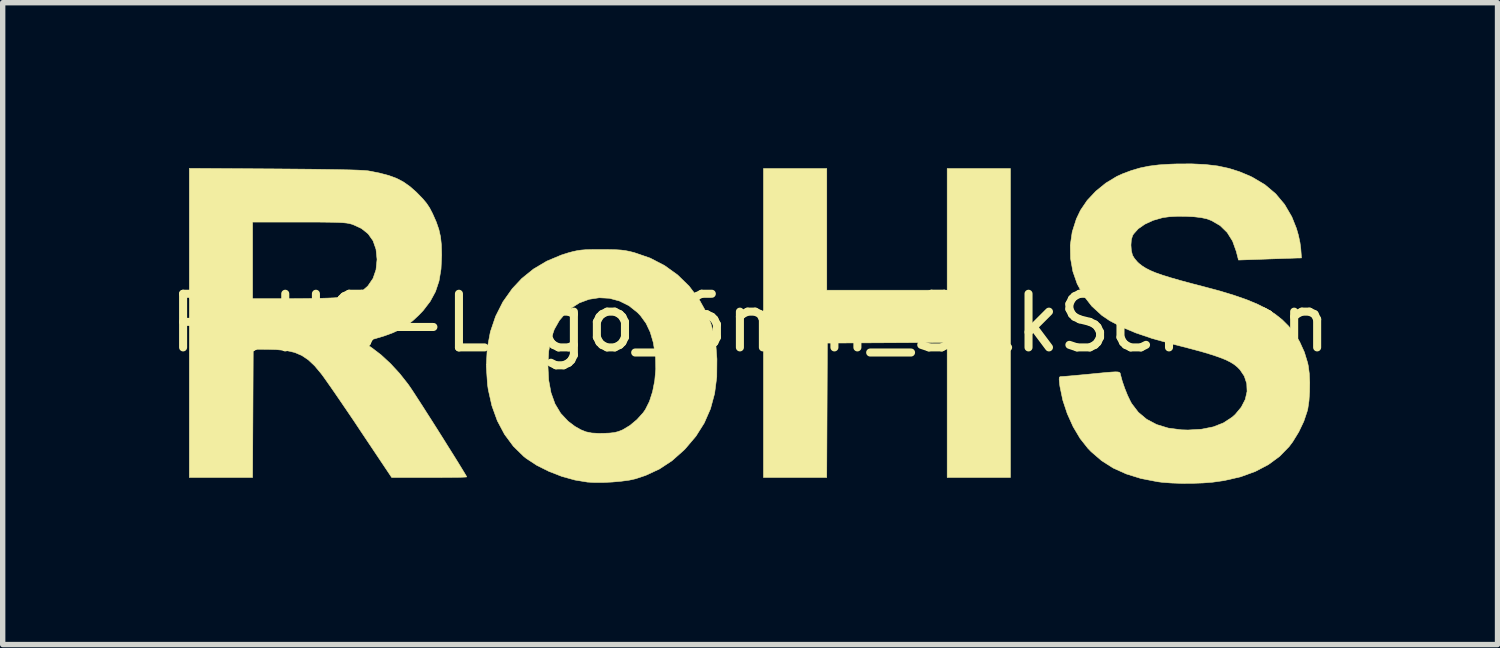
<source format=kicad_pcb>
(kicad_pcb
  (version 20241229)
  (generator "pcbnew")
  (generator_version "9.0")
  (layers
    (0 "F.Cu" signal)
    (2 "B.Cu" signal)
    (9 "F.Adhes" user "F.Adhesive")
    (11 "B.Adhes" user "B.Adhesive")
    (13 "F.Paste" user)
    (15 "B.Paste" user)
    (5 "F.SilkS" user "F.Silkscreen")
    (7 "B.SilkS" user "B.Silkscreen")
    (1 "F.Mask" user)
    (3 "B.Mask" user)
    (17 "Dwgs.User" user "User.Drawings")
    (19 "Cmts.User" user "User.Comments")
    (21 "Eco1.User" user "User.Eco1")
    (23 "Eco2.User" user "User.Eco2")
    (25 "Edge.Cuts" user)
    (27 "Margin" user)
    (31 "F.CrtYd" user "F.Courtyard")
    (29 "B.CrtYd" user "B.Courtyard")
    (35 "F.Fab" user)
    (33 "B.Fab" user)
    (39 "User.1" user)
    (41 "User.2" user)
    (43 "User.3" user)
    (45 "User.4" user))
  (footprint "RoHS-Logo_6mm_SilkScreen"
    (layer "F.Cu")
    (at 10.935 2.972)
    (property "Reference" "RoHS-Logo_6mm_SilkScreen" (at 0 0 0) (layer "F.SilkS") (effects (font (size 1 1) (thickness 0.15))))
    (attr exclude_from_pos_files exclude_from_bom)
    (fp_poly (pts (xy 1.429 -0.612) (xy 3.674 -0.612) (xy 3.674 -2.88) (xy 4.853 -2.88) (xy 4.853 2.88) (xy 3.674 2.88) (xy 3.674 0.362) (xy 2.557 0.368) (xy 1.44 0.374) (xy 1.434 1.627) (xy 1.428 2.88) (xy 0.249 2.88) (xy 0.249 -2.88) (xy 1.429 -2.88) (xy 1.429 -0.612)) (stroke (width 0.01) (type solid)) (fill yes) (layer "F.SilkS"))
    (fp_poly (pts (xy -2.767 -1.37) (xy -2.615 -1.369) (xy -2.499 -1.366) (xy -2.406 -1.36) (xy -2.327 -1.35) (xy -2.251 -1.335) (xy -2.167 -1.314) (xy -2.153 -1.31) (xy -1.863 -1.21) (xy -1.595 -1.071) (xy -1.353 -0.897) (xy -1.14 -0.69) (xy -0.958 -0.452) (xy -0.815 -0.195) (xy -0.732 0.009) (xy -0.673 0.218) (xy -0.636 0.446) (xy -0.619 0.671) (xy -0.622 1.005) (xy -0.662 1.314) (xy -0.739 1.599) (xy -0.855 1.864) (xy -1.01 2.11) (xy -1.205 2.34) (xy -1.235 2.371) (xy -1.456 2.567) (xy -1.691 2.722) (xy -1.947 2.841) (xy -2.136 2.904) (xy -2.254 2.93) (xy -2.404 2.95) (xy -2.571 2.965) (xy -2.743 2.973) (xy -2.905 2.973) (xy -3.032 2.966) (xy -3.269 2.927) (xy -3.513 2.859) (xy -3.752 2.766) (xy -3.975 2.655) (xy -4.169 2.528) (xy -4.22 2.488) (xy -4.414 2.298) (xy -4.579 2.075) (xy -4.713 1.823) (xy -4.814 1.544) (xy -4.882 1.243) (xy -4.896 1.145) (xy -4.919 0.802) (xy -4.918 0.794) (xy -3.77 0.794) (xy -3.756 1.064) (xy -3.712 1.301) (xy -3.638 1.507) (xy -3.532 1.684) (xy -3.393 1.832) (xy -3.266 1.928) (xy -3.159 1.989) (xy -3.06 2.029) (xy -2.952 2.051) (xy -2.822 2.058) (xy -2.733 2.057) (xy -2.616 2.052) (xy -2.53 2.042) (xy -2.458 2.024) (xy -2.387 1.996) (xy -2.376 1.991) (xy -2.242 1.911) (xy -2.11 1.801) (xy -1.996 1.675) (xy -1.953 1.614) (xy -1.877 1.462) (xy -1.818 1.278) (xy -1.778 1.074) (xy -1.759 0.86) (xy -1.763 0.648) (xy -1.768 0.595) (xy -1.805 0.365) (xy -1.862 0.171) (xy -1.94 0.006) (xy -2.043 -0.136) (xy -2.099 -0.195) (xy -2.26 -0.323) (xy -2.437 -0.411) (xy -2.623 -0.461) (xy -2.814 -0.471) (xy -3.003 -0.442) (xy -3.184 -0.375) (xy -3.351 -0.268) (xy -3.432 -0.195) (xy -3.557 -0.047) (xy -3.651 0.119) (xy -3.716 0.308) (xy -3.755 0.526) (xy -3.77 0.777) (xy -3.77 0.794) (xy -4.918 0.794) (xy -4.901 0.475) (xy -4.843 0.165) (xy -4.745 -0.125) (xy -4.609 -0.394) (xy -4.434 -0.641) (xy -4.255 -0.832) (xy -4.038 -1.007) (xy -3.79 -1.154) (xy -3.518 -1.268) (xy -3.388 -1.309) (xy -3.302 -1.332) (xy -3.227 -1.348) (xy -3.154 -1.359) (xy -3.072 -1.366) (xy -2.97 -1.369) (xy -2.838 -1.37) (xy -2.767 -1.37)) (stroke (width 0.01) (type solid)) (fill yes) (layer "F.SilkS"))
    (fp_poly (pts (xy -8.862 -2.873) (xy -8.505 -2.87) (xy -8.187 -2.867) (xy -7.908 -2.863) (xy -7.669 -2.859) (xy -7.47 -2.855) (xy -7.314 -2.85) (xy -7.201 -2.844) (xy -7.132 -2.838) (xy -7.121 -2.837) (xy -6.911 -2.796) (xy -6.736 -2.75) (xy -6.59 -2.696) (xy -6.461 -2.628) (xy -6.342 -2.544) (xy -6.223 -2.439) (xy -6.198 -2.414) (xy -6.102 -2.315) (xy -6.032 -2.231) (xy -5.975 -2.145) (xy -5.923 -2.045) (xy -5.92 -2.039) (xy -5.851 -1.883) (xy -5.803 -1.744) (xy -5.772 -1.607) (xy -5.756 -1.457) (xy -5.751 -1.279) (xy -5.751 -1.259) (xy -5.763 -1.005) (xy -5.8 -0.783) (xy -5.866 -0.585) (xy -5.964 -0.404) (xy -6.095 -0.233) (xy -6.178 -0.146) (xy -6.289 -0.043) (xy -6.4 0.042) (xy -6.519 0.115) (xy -6.654 0.179) (xy -6.813 0.238) (xy -7.005 0.296) (xy -7.141 0.332) (xy -7.217 0.352) (xy -7.05 0.465) (xy -6.88 0.595) (xy -6.705 0.757) (xy -6.535 0.941) (xy -6.381 1.136) (xy -6.358 1.168) (xy -6.319 1.225) (xy -6.262 1.311) (xy -6.191 1.421) (xy -6.108 1.549) (xy -6.017 1.692) (xy -5.919 1.845) (xy -5.819 2.003) (xy -5.72 2.16) (xy -5.624 2.314) (xy -5.534 2.457) (xy -5.453 2.587) (xy -5.385 2.698) (xy -5.332 2.785) (xy -5.297 2.843) (xy -5.284 2.869) (xy -5.284 2.87) (xy -5.306 2.872) (xy -5.368 2.875) (xy -5.464 2.877) (xy -5.589 2.878) (xy -5.737 2.879) (xy -5.904 2.88) (xy -5.983 2.88) (xy -6.682 2.88) (xy -7.262 2.013) (xy -7.386 1.826) (xy -7.509 1.645) (xy -7.627 1.472) (xy -7.735 1.314) (xy -7.831 1.176) (xy -7.911 1.062) (xy -7.972 0.977) (xy -8 0.94) (xy -8.12 0.797) (xy -8.237 0.687) (xy -8.359 0.605) (xy -8.494 0.548) (xy -8.651 0.513) (xy -8.839 0.495) (xy -8.979 0.491) (xy -9.264 0.488) (xy -9.276 2.88) (xy -10.455 2.88) (xy -10.455 -1.882) (xy -9.276 -1.882) (xy -9.276 -0.454) (xy -8.567 -0.454) (xy -8.381 -0.455) (xy -8.2 -0.457) (xy -8.031 -0.46) (xy -7.883 -0.464) (xy -7.762 -0.469) (xy -7.677 -0.475) (xy -7.66 -0.477) (xy -7.481 -0.505) (xy -7.34 -0.546) (xy -7.227 -0.604) (xy -7.137 -0.68) (xy -7.123 -0.695) (xy -7.03 -0.832) (xy -6.975 -0.992) (xy -6.956 -1.178) (xy -6.956 -1.191) (xy -6.975 -1.376) (xy -7.03 -1.533) (xy -7.121 -1.662) (xy -7.247 -1.763) (xy -7.409 -1.837) (xy -7.439 -1.846) (xy -7.478 -1.856) (xy -7.526 -1.864) (xy -7.589 -1.87) (xy -7.67 -1.875) (xy -7.775 -1.878) (xy -7.909 -1.88) (xy -8.076 -1.882) (xy -8.281 -1.882) (xy -8.418 -1.882) (xy -9.276 -1.882) (xy -10.455 -1.882) (xy -10.455 -2.883) (xy -8.862 -2.873)) (stroke (width 0.01) (type solid)) (fill yes) (layer "F.SilkS"))
    (fp_poly (pts (xy 8.487 -2.955) (xy 8.716 -2.928) (xy 8.926 -2.883) (xy 9.125 -2.82) (xy 9.321 -2.738) (xy 9.364 -2.717) (xy 9.597 -2.579) (xy 9.797 -2.41) (xy 9.964 -2.211) (xy 10.099 -1.98) (xy 10.185 -1.765) (xy 10.222 -1.637) (xy 10.251 -1.501) (xy 10.266 -1.389) (xy 10.279 -1.213) (xy 10.214 -1.212) (xy 10.173 -1.211) (xy 10.094 -1.208) (xy 9.985 -1.205) (xy 9.852 -1.2) (xy 9.704 -1.195) (xy 9.627 -1.192) (xy 9.105 -1.174) (xy 9.064 -1.334) (xy 8.995 -1.527) (xy 8.894 -1.688) (xy 8.763 -1.816) (xy 8.603 -1.909) (xy 8.516 -1.942) (xy 8.411 -1.965) (xy 8.275 -1.981) (xy 8.122 -1.989) (xy 7.966 -1.99) (xy 7.82 -1.982) (xy 7.699 -1.966) (xy 7.69 -1.964) (xy 7.514 -1.914) (xy 7.36 -1.843) (xy 7.236 -1.757) (xy 7.148 -1.659) (xy 7.13 -1.628) (xy 7.107 -1.552) (xy 7.1 -1.453) (xy 7.107 -1.35) (xy 7.129 -1.263) (xy 7.129 -1.263) (xy 7.165 -1.204) (xy 7.22 -1.139) (xy 7.247 -1.113) (xy 7.307 -1.066) (xy 7.376 -1.022) (xy 7.46 -0.979) (xy 7.562 -0.936) (xy 7.688 -0.892) (xy 7.842 -0.844) (xy 8.027 -0.791) (xy 8.25 -0.731) (xy 8.436 -0.683) (xy 8.75 -0.599) (xy 9.023 -0.516) (xy 9.259 -0.434) (xy 9.463 -0.349) (xy 9.639 -0.26) (xy 9.79 -0.164) (xy 9.922 -0.059) (xy 10.038 0.057) (xy 10.134 0.173) (xy 10.243 0.345) (xy 10.333 0.543) (xy 10.395 0.746) (xy 10.407 0.804) (xy 10.425 0.945) (xy 10.433 1.111) (xy 10.43 1.285) (xy 10.419 1.451) (xy 10.398 1.595) (xy 10.387 1.641) (xy 10.323 1.833) (xy 10.229 2.03) (xy 10.115 2.216) (xy 10.048 2.305) (xy 9.873 2.485) (xy 9.662 2.64) (xy 9.418 2.768) (xy 9.142 2.868) (xy 8.836 2.938) (xy 8.623 2.968) (xy 8.446 2.982) (xy 8.25 2.989) (xy 8.048 2.99) (xy 7.853 2.983) (xy 7.682 2.97) (xy 7.597 2.959) (xy 7.287 2.899) (xy 7.013 2.814) (xy 6.769 2.704) (xy 6.553 2.567) (xy 6.358 2.399) (xy 6.298 2.337) (xy 6.152 2.152) (xy 6.022 1.933) (xy 5.913 1.691) (xy 5.829 1.438) (xy 5.776 1.183) (xy 5.769 1.128) (xy 5.762 1.055) (xy 5.764 1.016) (xy 5.778 1.001) (xy 5.807 0.998) (xy 5.808 0.998) (xy 5.847 0.996) (xy 5.923 0.99) (xy 6.028 0.981) (xy 6.156 0.969) (xy 6.297 0.956) (xy 6.327 0.953) (xy 6.501 0.936) (xy 6.635 0.923) (xy 6.735 0.915) (xy 6.805 0.911) (xy 6.852 0.912) (xy 6.88 0.918) (xy 6.895 0.929) (xy 6.902 0.945) (xy 6.906 0.966) (xy 6.907 0.97) (xy 6.938 1.085) (xy 6.984 1.218) (xy 7.037 1.35) (xy 7.092 1.464) (xy 7.113 1.502) (xy 7.237 1.664) (xy 7.392 1.794) (xy 7.579 1.893) (xy 7.795 1.959) (xy 8.04 1.991) (xy 8.164 1.995) (xy 8.417 1.98) (xy 8.637 1.936) (xy 8.827 1.861) (xy 8.988 1.755) (xy 9.044 1.705) (xy 9.157 1.569) (xy 9.231 1.425) (xy 9.265 1.276) (xy 9.259 1.129) (xy 9.213 0.99) (xy 9.133 0.871) (xy 9.082 0.819) (xy 9.023 0.772) (xy 8.952 0.728) (xy 8.863 0.684) (xy 8.754 0.641) (xy 8.62 0.595) (xy 8.456 0.545) (xy 8.259 0.491) (xy 8.024 0.43) (xy 7.854 0.387) (xy 7.501 0.29) (xy 7.192 0.185) (xy 6.926 0.074) (xy 6.704 -0.043) (xy 6.558 -0.142) (xy 6.37 -0.314) (xy 6.216 -0.512) (xy 6.098 -0.729) (xy 6.017 -0.962) (xy 5.974 -1.204) (xy 5.969 -1.451) (xy 6.005 -1.698) (xy 6.082 -1.94) (xy 6.16 -2.103) (xy 6.285 -2.287) (xy 6.446 -2.458) (xy 6.633 -2.61) (xy 6.837 -2.733) (xy 6.945 -2.782) (xy 7.111 -2.844) (xy 7.272 -2.891) (xy 7.438 -2.925) (xy 7.621 -2.948) (xy 7.832 -2.961) (xy 7.938 -2.965) (xy 8.23 -2.967) (xy 8.487 -2.955)) (stroke (width 0.01) (type solid)) (fill yes) (layer "F.SilkS")))
  (gr_rect
    (start -3 -3)
    (end 24.869 8.967)
    (stroke (width 0.1) (type default))
    (fill no)
    (layer "Edge.Cuts")))
</source>
